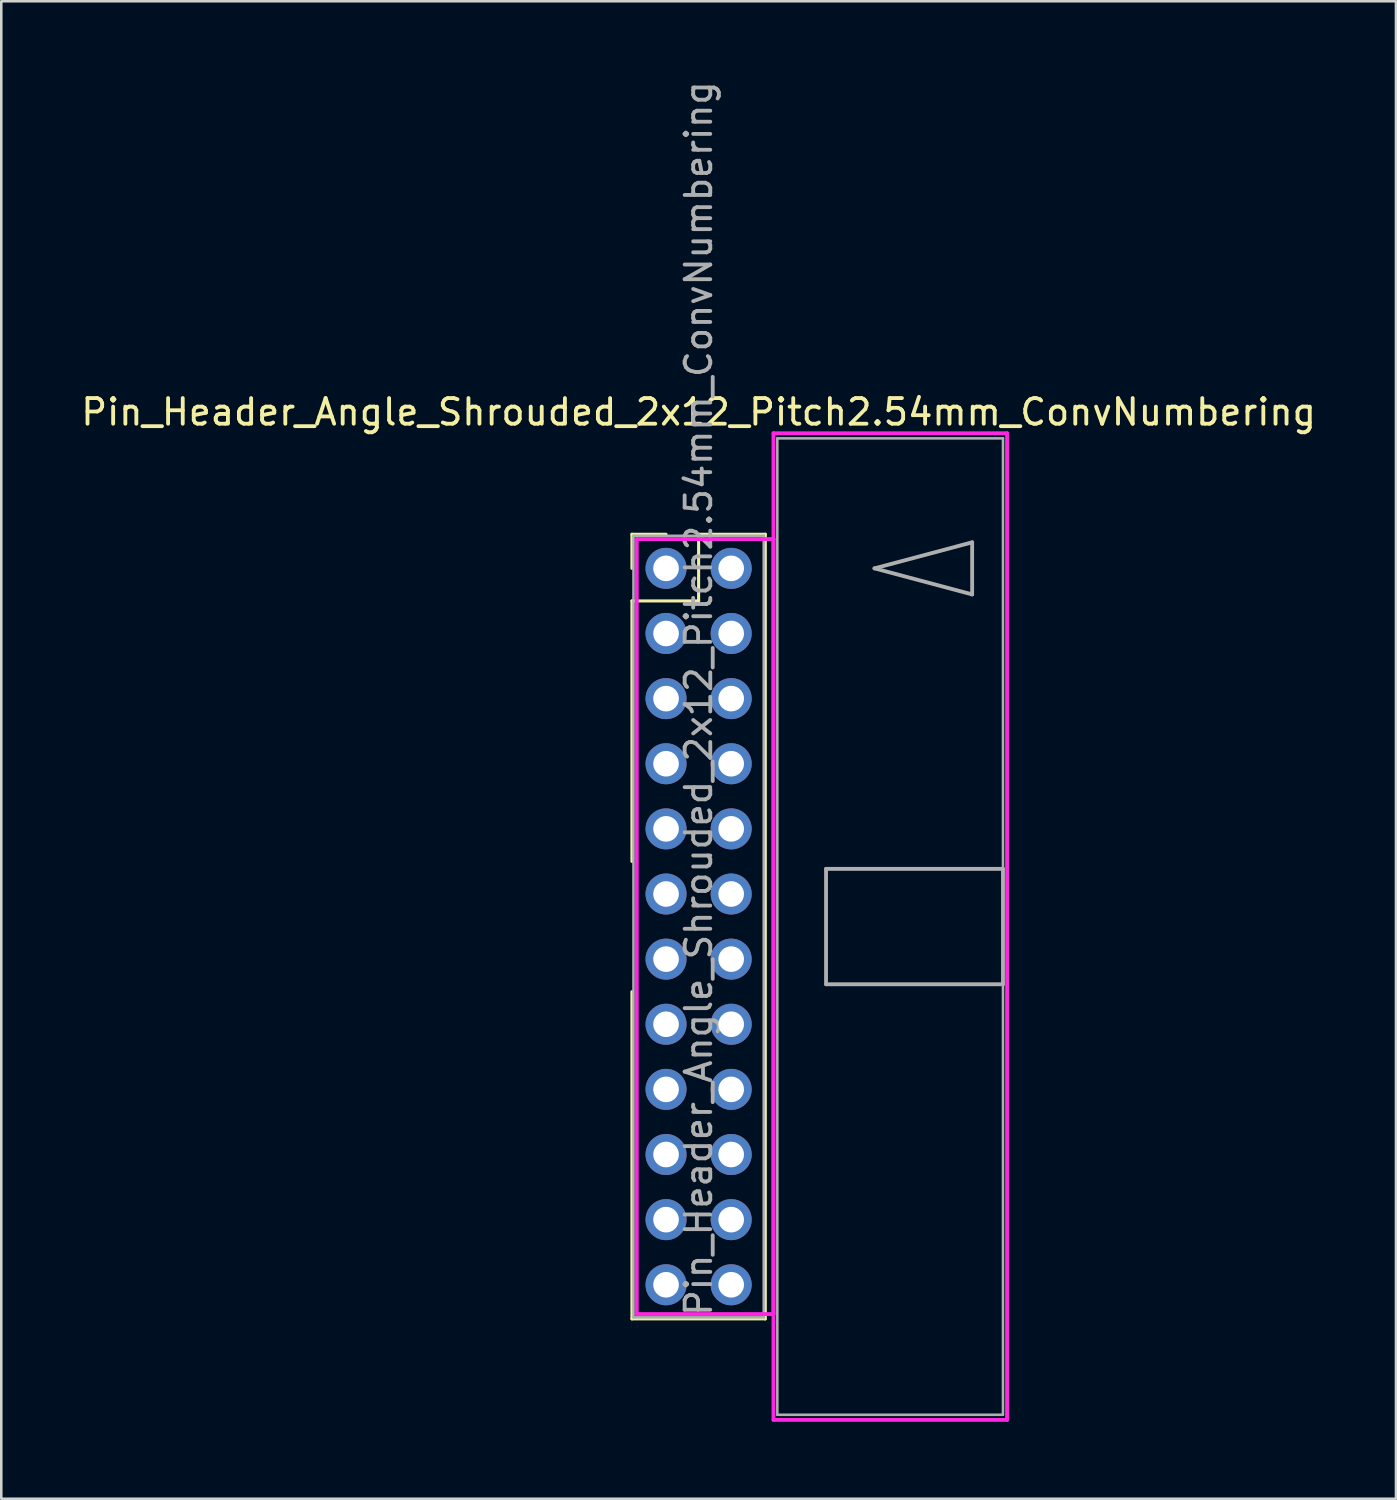
<source format=kicad_pcb>
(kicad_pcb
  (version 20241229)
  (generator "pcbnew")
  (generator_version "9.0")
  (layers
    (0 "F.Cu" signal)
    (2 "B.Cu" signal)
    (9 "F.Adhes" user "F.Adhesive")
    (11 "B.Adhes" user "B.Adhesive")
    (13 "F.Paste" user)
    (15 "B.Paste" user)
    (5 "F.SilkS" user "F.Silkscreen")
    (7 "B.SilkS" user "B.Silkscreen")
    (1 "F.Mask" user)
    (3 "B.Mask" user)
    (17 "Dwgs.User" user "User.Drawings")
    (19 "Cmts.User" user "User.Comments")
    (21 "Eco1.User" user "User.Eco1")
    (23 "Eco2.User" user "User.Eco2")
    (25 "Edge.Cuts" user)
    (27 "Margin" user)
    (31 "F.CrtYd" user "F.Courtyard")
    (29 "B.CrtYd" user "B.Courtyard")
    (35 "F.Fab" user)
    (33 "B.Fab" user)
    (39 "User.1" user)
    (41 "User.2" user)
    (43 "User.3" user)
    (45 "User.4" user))
  (footprint "Pin_Header_Angle_Shrouded_2x12_Pitch2.54mm_ConvNumbering"
    (layer "F.Cu")
    (at 22.926 19.116)
    (property "Reference" "Pin_Header_Angle_Shrouded_2x12_Pitch2.54mm_ConvNumbering" (at 1.27 -6.096 0) (layer "F.SilkS") (effects (font (size 1 1) (thickness 0.15))))
    (attr through_hole)
    (fp_line (start -1.33 -1.33) (end 0 -1.33) (stroke (width 0.12) (type solid)) (layer "F.SilkS"))
    (fp_line (start -1.33 0) (end -1.33 -1.33) (stroke (width 0.12) (type solid)) (layer "F.SilkS"))
    (fp_line (start -1.33 1.27) (end -1.33 11.43) (stroke (width 0.12) (type solid)) (layer "F.SilkS"))
    (fp_line (start -1.33 1.27) (end 1.27 1.27) (stroke (width 0.12) (type solid)) (layer "F.SilkS"))
    (fp_line (start -1.33 16.51) (end -1.33 29.27) (stroke (width 0.12) (type solid)) (layer "F.SilkS"))
    (fp_line (start -1.33 29.27) (end 3.87 29.27) (stroke (width 0.12) (type solid)) (layer "F.SilkS"))
    (fp_line (start 1.27 -1.33) (end 3.87 -1.33) (stroke (width 0.12) (type solid)) (layer "F.SilkS"))
    (fp_line (start 1.27 1.27) (end 1.27 -1.33) (stroke (width 0.12) (type solid)) (layer "F.SilkS"))
    (fp_line (start 3.87 -1.33) (end 3.87 29.27) (stroke (width 0.12) (type solid)) (layer "F.SilkS"))
    (fp_line (start -1.143 -1.143) (end -1.143 29.083) (stroke (width 0.15) (type solid)) (layer "F.CrtYd"))
    (fp_line (start -1.143 29.083) (end 4.19 29.083) (stroke (width 0.15) (type solid)) (layer "F.CrtYd"))
    (fp_line (start 4.19 -5.27) (end 4.19 33.21) (stroke (width 0.15) (type solid)) (layer "F.CrtYd"))
    (fp_line (start 4.19 -1.143) (end -1.143 -1.143) (stroke (width 0.15) (type solid)) (layer "F.CrtYd"))
    (fp_line (start 4.19 29.083) (end 4.19 -1.143) (stroke (width 0.15) (type solid)) (layer "F.CrtYd"))
    (fp_line (start 4.19 33.21) (end 13.3 33.21) (stroke (width 0.15) (type solid)) (layer "F.CrtYd"))
    (fp_line (start 13.3 -5.27) (end 4.19 -5.27) (stroke (width 0.15) (type solid)) (layer "F.CrtYd"))
    (fp_line (start 13.3 33.21) (end 13.3 -5.27) (stroke (width 0.15) (type solid)) (layer "F.CrtYd"))
    (fp_line (start -1.27 -1.27) (end -1.27 29.21) (stroke (width 0.1) (type solid)) (layer "F.Fab"))
    (fp_line (start -1.27 29.21) (end 3.81 29.21) (stroke (width 0.1) (type solid)) (layer "F.Fab"))
    (fp_line (start 3.81 -1.27) (end -1.27 -1.27) (stroke (width 0.1) (type solid)) (layer "F.Fab"))
    (fp_line (start 3.81 29.21) (end 3.81 -1.27) (stroke (width 0.1) (type solid)) (layer "F.Fab"))
    (fp_line (start 4.34 -5.07) (end 4.34 33.01) (stroke (width 0.1) (type solid)) (layer "F.Fab"))
    (fp_line (start 4.34 33.01) (end 13.14 33.01) (stroke (width 0.1) (type solid)) (layer "F.Fab"))
    (fp_line (start 6.24 11.72) (end 6.24 16.22) (stroke (width 0.15) (type solid)) (layer "F.Fab"))
    (fp_line (start 6.24 16.22) (end 13.14 16.22) (stroke (width 0.15) (type solid)) (layer "F.Fab"))
    (fp_line (start 8.128 0) (end 11.938 -1.016) (stroke (width 0.15) (type solid)) (layer "F.Fab"))
    (fp_line (start 11.938 -1.016) (end 11.938 1.016) (stroke (width 0.15) (type solid)) (layer "F.Fab"))
    (fp_line (start 11.938 1.016) (end 8.128 0) (stroke (width 0.15) (type solid)) (layer "F.Fab"))
    (fp_line (start 13.14 -5.07) (end 4.34 -5.07) (stroke (width 0.1) (type solid)) (layer "F.Fab"))
    (fp_line (start 13.14 11.72) (end 6.24 11.72) (stroke (width 0.15) (type solid)) (layer "F.Fab"))
    (fp_line (start 13.14 16.22) (end 13.14 11.72) (stroke (width 0.15) (type solid)) (layer "F.Fab"))
    (fp_line (start 13.14 33.01) (end 13.14 -5.07) (stroke (width 0.1) (type solid)) (layer "F.Fab"))
    (fp_text user "${REFERENCE}" (at 1.27 5.08 90) (layer "F.Fab") (effects (font (size 1 1) (thickness 0.15))))
    (pad "1" thru_hole oval (at 0 0) (size 1.6 1.6) (drill 1) (layers "*.Cu" "*.Mask"))
    (pad "2" thru_hole oval (at 2.54 0) (size 1.6 1.6) (drill 1) (layers "*.Cu" "*.Mask"))
    (pad "3" thru_hole oval (at 0 2.54) (size 1.6 1.6) (drill 1) (layers "*.Cu" "*.Mask"))
    (pad "4" thru_hole oval (at 2.54 2.54) (size 1.6 1.6) (drill 1) (layers "*.Cu" "*.Mask"))
    (pad "5" thru_hole oval (at 0 5.08) (size 1.6 1.6) (drill 1) (layers "*.Cu" "*.Mask"))
    (pad "6" thru_hole oval (at 2.54 5.08) (size 1.6 1.6) (drill 1) (layers "*.Cu" "*.Mask"))
    (pad "7" thru_hole oval (at 0 7.62) (size 1.6 1.6) (drill 1) (layers "*.Cu" "*.Mask"))
    (pad "8" thru_hole oval (at 2.54 7.62) (size 1.6 1.6) (drill 1) (layers "*.Cu" "*.Mask"))
    (pad "9" thru_hole oval (at 0 10.16) (size 1.6 1.6) (drill 1) (layers "*.Cu" "*.Mask"))
    (pad "10" thru_hole oval (at 2.54 10.16) (size 1.6 1.6) (drill 1) (layers "*.Cu" "*.Mask"))
    (pad "11" thru_hole oval (at 0 12.7) (size 1.6 1.6) (drill 1) (layers "*.Cu" "*.Mask"))
    (pad "12" thru_hole oval (at 2.54 12.7) (size 1.6 1.6) (drill 1) (layers "*.Cu" "*.Mask"))
    (pad "13" thru_hole oval (at 0 15.24) (size 1.6 1.6) (drill 1) (layers "*.Cu" "*.Mask"))
    (pad "14" thru_hole oval (at 2.54 15.24) (size 1.6 1.6) (drill 1) (layers "*.Cu" "*.Mask"))
    (pad "15" thru_hole oval (at 0 17.78) (size 1.6 1.6) (drill 1) (layers "*.Cu" "*.Mask"))
    (pad "16" thru_hole oval (at 2.54 17.78) (size 1.6 1.6) (drill 1) (layers "*.Cu" "*.Mask"))
    (pad "17" thru_hole oval (at 0 20.32) (size 1.6 1.6) (drill 1) (layers "*.Cu" "*.Mask"))
    (pad "18" thru_hole oval (at 2.54 20.32) (size 1.6 1.6) (drill 1) (layers "*.Cu" "*.Mask"))
    (pad "19" thru_hole oval (at 0 22.86) (size 1.6 1.6) (drill 1) (layers "*.Cu" "*.Mask"))
    (pad "20" thru_hole oval (at 2.54 22.86) (size 1.6 1.6) (drill 1) (layers "*.Cu" "*.Mask"))
    (pad "21" thru_hole oval (at 0 25.4) (size 1.6 1.6) (drill 1) (layers "*.Cu" "*.Mask"))
    (pad "22" thru_hole oval (at 2.54 25.4) (size 1.6 1.6) (drill 1) (layers "*.Cu" "*.Mask"))
    (pad "23" thru_hole oval (at 0 27.94) (size 1.6 1.6) (drill 1) (layers "*.Cu" "*.Mask"))
    (pad "24" thru_hole oval (at 2.54 27.94) (size 1.6 1.6) (drill 1) (layers "*.Cu" "*.Mask")))
  (gr_rect
    (start -3 -3)
    (end 51.393 55.401)
    (stroke (width 0.1) (type default))
    (fill no)
    (layer "Edge.Cuts")))
</source>
